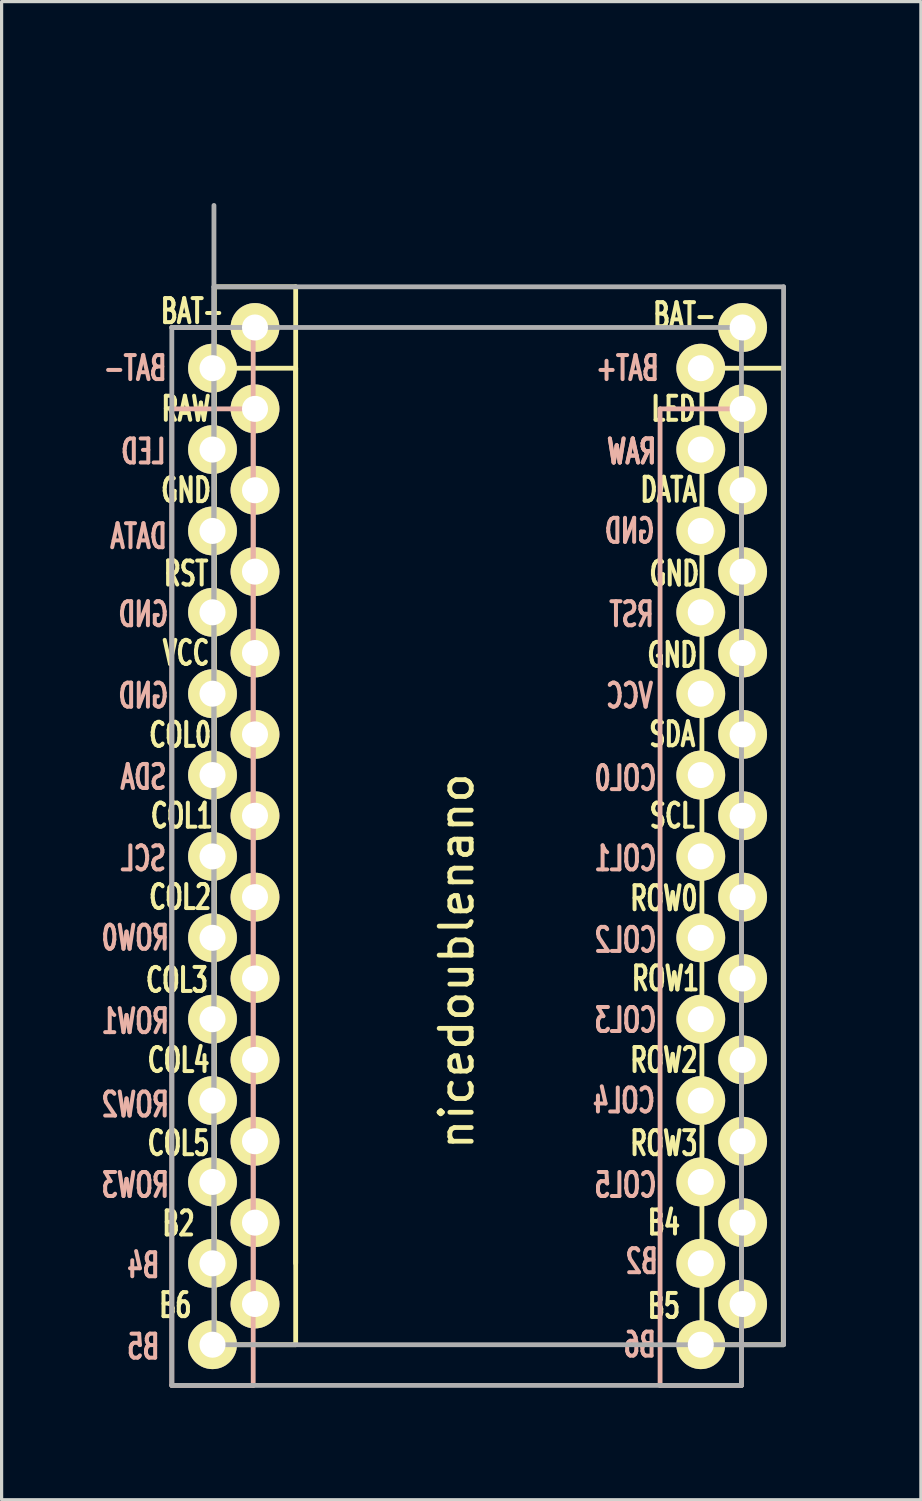
<source format=kicad_pcb>
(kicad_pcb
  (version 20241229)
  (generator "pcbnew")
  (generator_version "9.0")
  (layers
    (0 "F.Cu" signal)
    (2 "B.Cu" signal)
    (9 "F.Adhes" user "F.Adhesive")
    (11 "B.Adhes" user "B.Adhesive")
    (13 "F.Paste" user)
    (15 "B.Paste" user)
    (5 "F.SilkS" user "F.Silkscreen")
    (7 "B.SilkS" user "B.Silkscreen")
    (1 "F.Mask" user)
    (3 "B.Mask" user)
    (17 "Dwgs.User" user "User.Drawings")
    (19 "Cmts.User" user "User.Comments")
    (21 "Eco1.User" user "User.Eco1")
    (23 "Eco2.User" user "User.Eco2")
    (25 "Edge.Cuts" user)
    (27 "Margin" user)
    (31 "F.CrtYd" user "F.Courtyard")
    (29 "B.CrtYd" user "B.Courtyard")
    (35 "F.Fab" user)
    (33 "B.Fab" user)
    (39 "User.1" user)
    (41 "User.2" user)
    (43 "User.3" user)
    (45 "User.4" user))
  (footprint "nicedoublenano"
    (layer "F.Cu")
    (at 12.473 24.19)
    (property "Reference" "nicedoublenano" (at -1.27 2.762 270) (layer "F.SilkS") (effects (font (size 1 1) (thickness 0.15))))
    (attr through_hole)
    (fp_line (start -8.834 -18.288) (end -6.294 -18.288) (stroke (width 0.15) (type solid)) (layer "F.SilkS"))
    (fp_line (start -8.834 -15.748) (end -6.294 -15.748) (stroke (width 0.15) (type solid)) (layer "F.SilkS"))
    (fp_line (start -8.834 12.192) (end -8.834 -18.288) (stroke (width 0.15) (type solid)) (layer "F.SilkS"))
    (fp_line (start -8.834 14.732) (end -8.834 -15.748) (stroke (width 0.15) (type solid)) (layer "F.SilkS"))
    (fp_line (start -6.294 -18.288) (end -6.294 12.192) (stroke (width 0.15) (type solid)) (layer "F.SilkS"))
    (fp_line (start -6.294 -15.748) (end -6.294 14.732) (stroke (width 0.15) (type solid)) (layer "F.SilkS"))
    (fp_line (start -6.294 14.732) (end -8.834 14.732) (stroke (width 0.15) (type solid)) (layer "F.SilkS"))
    (fp_line (start 6.386 -15.748) (end 8.926 -15.748) (stroke (width 0.15) (type solid)) (layer "F.SilkS"))
    (fp_line (start 6.386 14.732) (end 6.386 -15.748) (stroke (width 0.15) (type solid)) (layer "F.SilkS"))
    (fp_line (start 8.926 -15.748) (end 8.926 14.732) (stroke (width 0.15) (type solid)) (layer "F.SilkS"))
    (fp_line (start 8.926 14.732) (end 6.386 14.732) (stroke (width 0.15) (type solid)) (layer "F.SilkS"))
    (fp_line (start -10.16 -17.018) (end -7.62 -17.018) (stroke (width 0.15) (type solid)) (layer "B.SilkS"))
    (fp_line (start -10.16 -14.478) (end -7.62 -14.478) (stroke (width 0.15) (type solid)) (layer "B.SilkS"))
    (fp_line (start -10.16 16.002) (end -10.16 -14.478) (stroke (width 0.15) (type solid)) (layer "B.SilkS"))
    (fp_line (start -7.62 -17.018) (end -7.62 13.462) (stroke (width 0.15) (type solid)) (layer "B.SilkS"))
    (fp_line (start -7.62 -14.478) (end -7.62 16.002) (stroke (width 0.15) (type solid)) (layer "B.SilkS"))
    (fp_line (start -7.62 16.002) (end -10.16 16.002) (stroke (width 0.15) (type solid)) (layer "B.SilkS"))
    (fp_line (start 5.08 -14.478) (end 7.62 -14.478) (stroke (width 0.15) (type solid)) (layer "B.SilkS"))
    (fp_line (start 5.08 16.002) (end 5.08 -14.478) (stroke (width 0.15) (type solid)) (layer "B.SilkS"))
    (fp_line (start 7.62 -14.478) (end 7.62 16.002) (stroke (width 0.15) (type solid)) (layer "B.SilkS"))
    (fp_line (start 7.62 16.002) (end 5.08 16.002) (stroke (width 0.15) (type solid)) (layer "B.SilkS"))
    (fp_line (start -10.16 -19.05) (end -5.08 -19.05) (stroke (width 0.12) (type solid)) (layer "Eco2.User"))
    (fp_line (start -10.16 16.51) (end -10.16 -19.05) (stroke (width 0.12) (type solid)) (layer "Eco2.User"))
    (fp_line (start -5.08 -24.13) (end 5.08 -24.13) (stroke (width 0.12) (type solid)) (layer "Eco2.User"))
    (fp_line (start -5.08 -19.05) (end -5.08 -24.13) (stroke (width 0.12) (type solid)) (layer "Eco2.User"))
    (fp_line (start 5.08 -24.13) (end 5.08 -19.05) (stroke (width 0.12) (type solid)) (layer "Eco2.User"))
    (fp_line (start 5.08 -19.05) (end 10.16 -19.05) (stroke (width 0.12) (type solid)) (layer "Eco2.User"))
    (fp_line (start 10.16 -19.05) (end 10.16 16.51) (stroke (width 0.12) (type solid)) (layer "Eco2.User"))
    (fp_line (start 10.16 16.51) (end -10.16 16.51) (stroke (width 0.12) (type solid)) (layer "Eco2.User"))
    (fp_line (start -10.16 -17.018) (end 7.62 -17.018) (stroke (width 0.15) (type solid)) (layer "F.Fab"))
    (fp_line (start -10.16 16.002) (end -10.16 -17.018) (stroke (width 0.15) (type solid)) (layer "F.Fab"))
    (fp_line (start -8.845 -18.288) (end 8.935 -18.288) (stroke (width 0.15) (type solid)) (layer "F.Fab"))
    (fp_line (start -8.845 12.192) (end -8.845 -20.828) (stroke (width 0.15) (type solid)) (layer "F.Fab"))
    (fp_line (start -8.845 14.732) (end -8.845 -18.288) (stroke (width 0.15) (type solid)) (layer "F.Fab"))
    (fp_line (start 7.62 -17.018) (end 7.62 16.002) (stroke (width 0.15) (type solid)) (layer "F.Fab"))
    (fp_line (start 7.62 16.002) (end -10.16 16.002) (stroke (width 0.15) (type solid)) (layer "F.Fab"))
    (fp_line (start 8.935 -18.288) (end 8.935 14.732) (stroke (width 0.15) (type solid)) (layer "F.Fab"))
    (fp_line (start 8.935 14.732) (end -8.845 14.732) (stroke (width 0.15) (type solid)) (layer "F.Fab"))
    (fp_text user "ROW1" (at 5.25 3.302 0) (layer "F.SilkS") (effects (font (size 0.75 0.5) (thickness 0.125))))
    (fp_text user "COL4" (at -9.95 5.85 0) (layer "F.SilkS") (effects (font (size 0.75 0.5) (thickness 0.125))))
    (fp_text user "LED" (at 5.5 -14.478 0) (layer "F.SilkS") (effects (font (size 0.75 0.5) (thickness 0.125))))
    (fp_text user "SDA" (at 5.461 -4.318 0) (layer "F.SilkS") (effects (font (size 0.75 0.5) (thickness 0.125))))
    (fp_text user "GND" (at 5.524 -9.335 0) (layer "F.SilkS") (effects (font (size 0.75 0.5) (thickness 0.125))))
    (fp_text user "COL1" (at -9.85 -1.778 0) (layer "F.SilkS") (effects (font (size 0.75 0.5) (thickness 0.125))))
    (fp_text user "COL3" (at -10 3.35 0) (layer "F.SilkS") (effects (font (size 0.75 0.5) (thickness 0.125))))
    (fp_text user "GND" (at 5.461 -6.795 0) (layer "F.SilkS") (effects (font (size 0.75 0.5) (thickness 0.125))))
    (fp_text user "B2" (at -9.95 10.95 0) (layer "F.SilkS") (effects (font (size 0.75 0.5) (thickness 0.125))))
    (fp_text user "BAT-" (at -9.525 -17.526 0) (layer "F.SilkS") (effects (font (size 0.75 0.5) (thickness 0.125))))
    (fp_text user "BAT-" (at 5.842 -17.399 0) (layer "F.SilkS") (effects (font (size 0.75 0.5) (thickness 0.125))))
    (fp_text user "COL2" (at -9.9 0.762 0) (layer "F.SilkS") (effects (font (size 0.75 0.5) (thickness 0.125))))
    (fp_text user "DATA" (at 5.35 -11.95 0) (layer "F.SilkS") (effects (font (size 0.75 0.5) (thickness 0.125))))
    (fp_text user "ROW0" (at 5.2 0.8 0) (layer "F.SilkS") (effects (font (size 0.75 0.5) (thickness 0.125))))
    (fp_text user "RAW" (at -9.716 -14.478 0) (layer "F.SilkS") (effects (font (size 0.75 0.5) (thickness 0.125))))
    (fp_text user "B5" (at 5.2 13.525 0) (layer "F.SilkS") (effects (font (size 0.75 0.5) (thickness 0.125))))
    (fp_text user "B6" (at -10.05 13.5 0) (layer "F.SilkS") (effects (font (size 0.75 0.5) (thickness 0.125))))
    (fp_text user "COL5" (at -9.95 8.445 0) (layer "F.SilkS") (effects (font (size 0.75 0.5) (thickness 0.125))))
    (fp_text user "RST" (at -9.716 -9.335 0) (layer "F.SilkS") (effects (font (size 0.75 0.5) (thickness 0.125))))
    (fp_text user "COL0" (at -9.9 -4.3 0) (layer "F.SilkS") (effects (font (size 0.75 0.5) (thickness 0.125))))
    (fp_text user "ROW2" (at 5.2 5.85 0) (layer "F.SilkS") (effects (font (size 0.75 0.5) (thickness 0.125))))
    (fp_text user "ROW3" (at 5.2 8.445 0) (layer "F.SilkS") (effects (font (size 0.75 0.5) (thickness 0.125))))
    (fp_text user "GND" (at -9.716 -11.938 0) (layer "F.SilkS") (effects (font (size 0.75 0.5) (thickness 0.125))))
    (fp_text user "SCL" (at 5.461 -1.778 0) (layer "F.SilkS") (effects (font (size 0.75 0.5) (thickness 0.125))))
    (fp_text user "B4" (at 5.2 10.922 0) (layer "F.SilkS") (effects (font (size 0.75 0.5) (thickness 0.125))))
    (fp_text user "VCC" (at -9.716 -6.858 0) (layer "F.SilkS") (effects (font (size 0.75 0.5) (thickness 0.125))))
    (fp_text user "B4" (at -11.049 12.255 0) (layer "B.SilkS") (effects (font (size 0.75 0.5) (thickness 0.125)) (justify mirror)))
    (fp_text user "RST" (at 4.191 -8.065 0) (layer "B.SilkS") (effects (font (size 0.75 0.5) (thickness 0.125)) (justify mirror)))
    (fp_text user "ROW3" (at -11.3 9.75 0) (layer "B.SilkS") (effects (font (size 0.75 0.5) (thickness 0.125)) (justify mirror)))
    (fp_text user "BAT-" (at -11.303 -15.748 0) (layer "B.SilkS") (effects (font (size 0.75 0.5) (thickness 0.125)) (justify mirror)))
    (fp_text user "COL0" (at 4 -2.95 0) (layer "B.SilkS") (effects (font (size 0.75 0.5) (thickness 0.125)) (justify mirror)))
    (fp_text user "DATA" (at -11.2 -10.5 0) (layer "B.SilkS") (effects (font (size 0.75 0.5) (thickness 0.125)) (justify mirror)))
    (fp_text user "GND" (at -11.049 -8.065 0) (layer "B.SilkS") (effects (font (size 0.75 0.5) (thickness 0.125)) (justify mirror)))
    (fp_text user "BAT+" (at 4.064 -15.748 0) (layer "B.SilkS") (effects (font (size 0.75 0.5) (thickness 0.125)) (justify mirror)))
    (fp_text user "SDA" (at -11.049 -2.985 0) (layer "B.SilkS") (effects (font (size 0.75 0.5) (thickness 0.125)) (justify mirror)))
    (fp_text user "SCL" (at -11.049 -0.445 0) (layer "B.SilkS") (effects (font (size 0.75 0.5) (thickness 0.125)) (justify mirror)))
    (fp_text user "RAW" (at 4.191 -13.145 0) (layer "B.SilkS") (effects (font (size 0.75 0.5) (thickness 0.125)) (justify mirror)))
    (fp_text user "LED" (at -11.049 -13.145 0) (layer "B.SilkS") (effects (font (size 0.75 0.5) (thickness 0.125)) (justify mirror)))
    (fp_text user "COL4" (at 3.95 7.112 0) (layer "B.SilkS") (effects (font (size 0.75 0.5) (thickness 0.125)) (justify mirror)))
    (fp_text user "B2" (at 4.508 12.129 0) (layer "B.SilkS") (effects (font (size 0.75 0.5) (thickness 0.125)) (justify mirror)))
    (fp_text user "B5" (at -11.049 14.796 0) (layer "B.SilkS") (effects (font (size 0.75 0.5) (thickness 0.125)) (justify mirror)))
    (fp_text user "B6" (at 4.445 14.732 0) (layer "B.SilkS") (effects (font (size 0.75 0.5) (thickness 0.125)) (justify mirror)))
    (fp_text user "COL5" (at 4 9.75 0) (layer "B.SilkS") (effects (font (size 0.75 0.5) (thickness 0.125)) (justify mirror)))
    (fp_text user "COL2" (at 4 2.1 0) (layer "B.SilkS") (effects (font (size 0.75 0.5) (thickness 0.125)) (justify mirror)))
    (fp_text user "GND" (at 4.128 -10.668 0) (layer "B.SilkS") (effects (font (size 0.75 0.5) (thickness 0.125)) (justify mirror)))
    (fp_text user "ROW1" (at -11.3 4.636 0) (layer "B.SilkS") (effects (font (size 0.75 0.5) (thickness 0.125)) (justify mirror)))
    (fp_text user "COL1" (at 4 -0.445 0) (layer "B.SilkS") (effects (font (size 0.75 0.5) (thickness 0.125)) (justify mirror)))
    (fp_text user "RAW" (at 4.191 -13.145 0) (layer "B.SilkS") (effects (font (size 0.75 0.5) (thickness 0.125)) (justify mirror)))
    (fp_text user "COL3" (at 4 4.6 0) (layer "B.SilkS") (effects (font (size 0.75 0.5) (thickness 0.125)) (justify mirror)))
    (fp_text user "ROW0" (at -11.3 2.032 0) (layer "B.SilkS") (effects (font (size 0.75 0.5) (thickness 0.125)) (justify mirror)))
    (fp_text user "VCC" (at 4.128 -5.524 0) (layer "B.SilkS") (effects (font (size 0.75 0.5) (thickness 0.125)) (justify mirror)))
    (fp_text user "ROW2" (at -11.3 7.239 0) (layer "B.SilkS") (effects (font (size 0.75 0.5) (thickness 0.125)) (justify mirror)))
    (fp_text user "GND" (at -11.049 -5.524 0) (layer "B.SilkS") (effects (font (size 0.75 0.5) (thickness 0.125)) (justify mirror)))
    (pad "1" thru_hole circle (at -8.89 -13.208) (size 1.524 1.524) (drill 0.813) (layers "*.Cu" "*.Mask" "F.SilkS"))
    (pad "1" thru_hole circle (at 7.656 -14.478) (size 1.524 1.524) (drill 0.813) (layers "*.Cu" "*.Mask" "F.SilkS"))
    (pad "2" thru_hole circle (at -8.89 -10.668) (size 1.524 1.524) (drill 0.813) (layers "*.Cu" "*.Mask" "F.SilkS"))
    (pad "2" thru_hole circle (at 7.656 -11.938) (size 1.524 1.524) (drill 0.813) (layers "*.Cu" "*.Mask" "F.SilkS"))
    (pad "3" thru_hole circle (at -8.89 -8.128) (size 1.524 1.524) (drill 0.813) (layers "*.Cu" "*.Mask" "F.SilkS"))
    (pad "3" thru_hole circle (at 7.656 -9.398) (size 1.524 1.524) (drill 0.813) (layers "*.Cu" "*.Mask" "F.SilkS"))
    (pad "4" thru_hole circle (at -8.89 -5.588) (size 1.524 1.524) (drill 0.813) (layers "*.Cu" "*.Mask" "F.SilkS"))
    (pad "4" thru_hole circle (at 7.656 -6.858) (size 1.524 1.524) (drill 0.813) (layers "*.Cu" "*.Mask" "F.SilkS"))
    (pad "5" thru_hole circle (at -8.89 -3.048) (size 1.524 1.524) (drill 0.813) (layers "*.Cu" "*.Mask" "F.SilkS"))
    (pad "5" thru_hole circle (at 7.656 -4.318) (size 1.524 1.524) (drill 0.813) (layers "*.Cu" "*.Mask" "F.SilkS"))
    (pad "6" thru_hole circle (at -8.89 -0.508) (size 1.524 1.524) (drill 0.813) (layers "*.Cu" "*.Mask" "F.SilkS"))
    (pad "6" thru_hole circle (at 7.656 -1.778) (size 1.524 1.524) (drill 0.813) (layers "*.Cu" "*.Mask" "F.SilkS"))
    (pad "7" thru_hole circle (at -8.89 2.032) (size 1.524 1.524) (drill 0.813) (layers "*.Cu" "*.Mask" "F.SilkS"))
    (pad "7" thru_hole circle (at 7.656 0.762) (size 1.524 1.524) (drill 0.813) (layers "*.Cu" "*.Mask" "F.SilkS"))
    (pad "8" thru_hole circle (at -8.89 4.572) (size 1.524 1.524) (drill 0.813) (layers "*.Cu" "*.Mask" "F.SilkS"))
    (pad "8" thru_hole circle (at 7.656 3.302) (size 1.524 1.524) (drill 0.813) (layers "*.Cu" "*.Mask" "F.SilkS"))
    (pad "9" thru_hole circle (at -8.89 7.112) (size 1.524 1.524) (drill 0.813) (layers "*.Cu" "*.Mask" "F.SilkS"))
    (pad "9" thru_hole circle (at 7.656 5.842) (size 1.524 1.524) (drill 0.813) (layers "*.Cu" "*.Mask" "F.SilkS"))
    (pad "10" thru_hole circle (at -8.89 9.652) (size 1.524 1.524) (drill 0.813) (layers "*.Cu" "*.Mask" "F.SilkS"))
    (pad "10" thru_hole circle (at 7.656 8.382) (size 1.524 1.524) (drill 0.813) (layers "*.Cu" "*.Mask" "F.SilkS"))
    (pad "11" thru_hole circle (at -8.89 12.192) (size 1.524 1.524) (drill 0.813) (layers "*.Cu" "*.Mask" "F.SilkS"))
    (pad "11" thru_hole circle (at 7.656 10.922) (size 1.524 1.524) (drill 0.813) (layers "*.Cu" "*.Mask" "F.SilkS"))
    (pad "12" thru_hole circle (at -8.89 14.732) (size 1.524 1.524) (drill 0.813) (layers "*.Cu" "*.Mask" "F.SilkS"))
    (pad "12" thru_hole circle (at 7.656 13.462) (size 1.524 1.524) (drill 0.813) (layers "*.Cu" "*.Mask" "F.SilkS"))
    (pad "13" thru_hole circle (at -7.564 13.462) (size 1.524 1.524) (drill 0.813) (layers "*.Cu" "*.Mask" "F.SilkS"))
    (pad "13" thru_hole circle (at 6.35 14.732) (size 1.524 1.524) (drill 0.813) (layers "*.Cu" "*.Mask" "F.SilkS"))
    (pad "14" thru_hole circle (at -7.564 10.922) (size 1.524 1.524) (drill 0.813) (layers "*.Cu" "*.Mask" "F.SilkS"))
    (pad "14" thru_hole circle (at 6.35 12.192) (size 1.524 1.524) (drill 0.813) (layers "*.Cu" "*.Mask" "F.SilkS"))
    (pad "15" thru_hole circle (at -7.564 8.382) (size 1.524 1.524) (drill 0.813) (layers "*.Cu" "*.Mask" "F.SilkS"))
    (pad "15" thru_hole circle (at 6.35 9.652) (size 1.524 1.524) (drill 0.813) (layers "*.Cu" "*.Mask" "F.SilkS"))
    (pad "16" thru_hole circle (at -7.564 5.842) (size 1.524 1.524) (drill 0.813) (layers "*.Cu" "*.Mask" "F.SilkS"))
    (pad "16" thru_hole circle (at 6.35 7.112) (size 1.524 1.524) (drill 0.813) (layers "*.Cu" "*.Mask" "F.SilkS"))
    (pad "17" thru_hole circle (at -7.564 3.302) (size 1.524 1.524) (drill 0.813) (layers "*.Cu" "*.Mask" "F.SilkS"))
    (pad "17" thru_hole circle (at 6.35 4.572) (size 1.524 1.524) (drill 0.813) (layers "*.Cu" "*.Mask" "F.SilkS"))
    (pad "18" thru_hole circle (at -7.564 0.762) (size 1.524 1.524) (drill 0.813) (layers "*.Cu" "*.Mask" "F.SilkS"))
    (pad "18" thru_hole circle (at 6.35 2.032) (size 1.524 1.524) (drill 0.813) (layers "*.Cu" "*.Mask" "F.SilkS"))
    (pad "19" thru_hole circle (at -7.564 -1.778) (size 1.524 1.524) (drill 0.813) (layers "*.Cu" "*.Mask" "F.SilkS"))
    (pad "19" thru_hole circle (at 6.35 -0.508) (size 1.524 1.524) (drill 0.813) (layers "*.Cu" "*.Mask" "F.SilkS"))
    (pad "20" thru_hole circle (at -7.564 -4.318) (size 1.524 1.524) (drill 0.813) (layers "*.Cu" "*.Mask" "F.SilkS"))
    (pad "20" thru_hole circle (at 6.35 -3.048) (size 1.524 1.524) (drill 0.813) (layers "*.Cu" "*.Mask" "F.SilkS"))
    (pad "21" thru_hole circle (at -7.564 -6.858) (size 1.524 1.524) (drill 0.813) (layers "*.Cu" "*.Mask" "F.SilkS"))
    (pad "21" thru_hole circle (at 6.35 -5.588) (size 1.524 1.524) (drill 0.813) (layers "*.Cu" "*.Mask" "F.SilkS"))
    (pad "22" thru_hole circle (at -7.564 -9.398) (size 1.524 1.524) (drill 0.813) (layers "*.Cu" "*.Mask" "F.SilkS"))
    (pad "22" thru_hole circle (at 6.35 -8.128) (size 1.524 1.524) (drill 0.813) (layers "*.Cu" "*.Mask" "F.SilkS"))
    (pad "23" thru_hole circle (at -7.564 -11.938) (size 1.524 1.524) (drill 0.813) (layers "*.Cu" "*.Mask" "F.SilkS"))
    (pad "23" thru_hole circle (at 6.35 -10.668) (size 1.524 1.524) (drill 0.813) (layers "*.Cu" "*.Mask" "F.SilkS"))
    (pad "24" thru_hole circle (at -7.564 -14.478) (size 1.524 1.524) (drill 0.813) (layers "*.Cu" "*.Mask" "F.SilkS"))
    (pad "24" thru_hole circle (at 6.35 -13.208) (size 1.524 1.524) (drill 0.813) (layers "*.Cu" "*.Mask" "F.SilkS"))
    (pad "30" thru_hole circle (at -8.89 -15.748) (size 1.524 1.524) (drill 0.813) (layers "*.Cu" "*.Mask" "F.SilkS"))
    (pad "30" thru_hole circle (at 7.656 -17.018) (size 1.524 1.524) (drill 0.813) (layers "*.Cu" "*.Mask" "F.SilkS"))
    (pad "34" thru_hole circle (at -7.564 -17.018) (size 1.524 1.524) (drill 0.813) (layers "*.Cu" "*.Mask" "F.SilkS"))
    (pad "34" thru_hole circle (at 6.35 -15.748) (size 1.524 1.524) (drill 0.813) (layers "*.Cu" "*.Mask" "F.SilkS")))
  (gr_rect
    (start -3 -3)
    (end 25.693 43.76)
    (stroke (width 0.1) (type default))
    (fill no)
    (layer "Edge.Cuts")))
</source>
